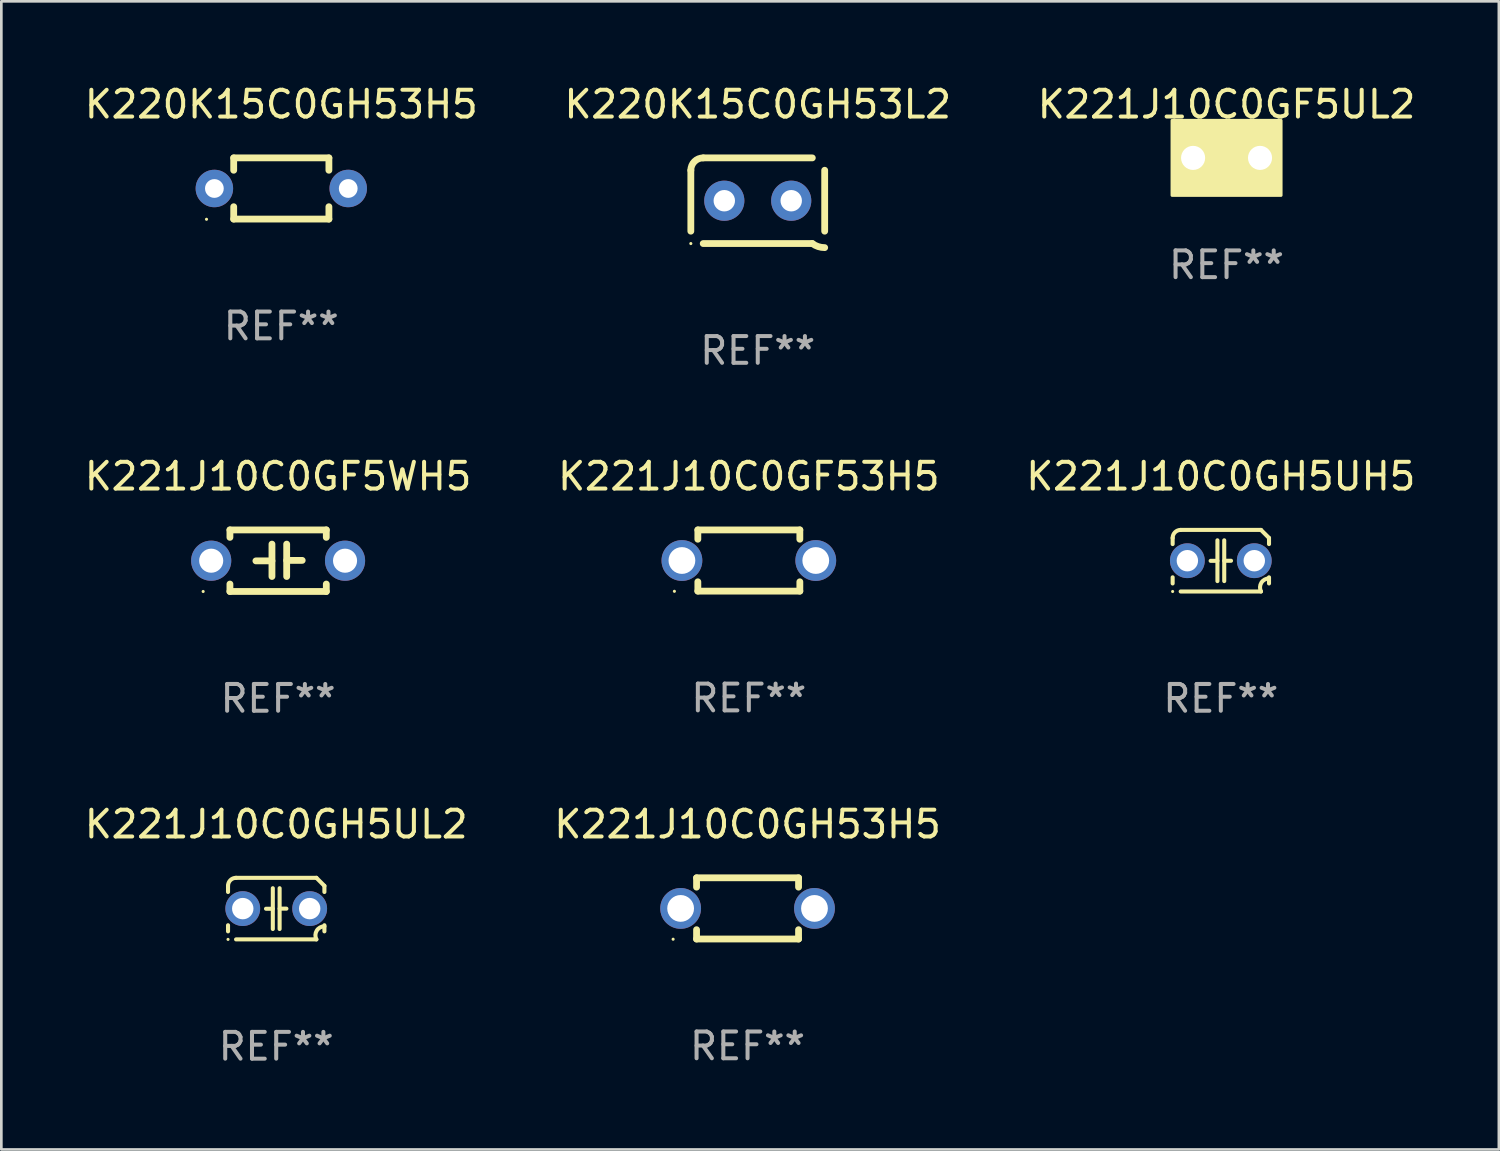
<source format=kicad_pcb>
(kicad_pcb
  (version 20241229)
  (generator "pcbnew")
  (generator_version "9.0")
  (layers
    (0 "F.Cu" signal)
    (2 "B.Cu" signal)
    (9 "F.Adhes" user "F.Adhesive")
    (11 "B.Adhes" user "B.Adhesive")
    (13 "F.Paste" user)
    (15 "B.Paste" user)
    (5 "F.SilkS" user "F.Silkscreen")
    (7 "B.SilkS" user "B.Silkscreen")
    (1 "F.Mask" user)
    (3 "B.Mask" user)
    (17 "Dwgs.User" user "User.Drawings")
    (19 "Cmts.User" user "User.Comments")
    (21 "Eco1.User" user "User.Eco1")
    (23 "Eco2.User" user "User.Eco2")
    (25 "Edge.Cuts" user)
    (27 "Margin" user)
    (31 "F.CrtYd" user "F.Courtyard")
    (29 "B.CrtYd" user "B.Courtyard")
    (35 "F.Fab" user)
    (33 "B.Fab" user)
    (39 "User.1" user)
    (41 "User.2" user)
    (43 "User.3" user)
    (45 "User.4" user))
  (footprint "K221J10C0GH53H5"
    (layer "F.Cu")
    (at 24.875 30.884)
    (property "Reference" "K221J10C0GH53H5" (at 0 -3.143 0) (layer "F.SilkS") (effects (font (size 1 1) (thickness 0.15))))
    (attr through_hole)
    (fp_line (start -1.905 -1.143) (end 1.905 -1.143) (stroke (width 0.254) (type solid)) (layer "F.SilkS"))
    (fp_line (start -1.905 -0.795) (end -1.905 -1.143) (stroke (width 0.254) (type solid)) (layer "F.SilkS"))
    (fp_line (start -1.905 1.143) (end -1.905 0.795) (stroke (width 0.254) (type solid)) (layer "F.SilkS"))
    (fp_line (start 1.905 -1.143) (end 1.905 -0.795) (stroke (width 0.254) (type solid)) (layer "F.SilkS"))
    (fp_line (start 1.905 0.795) (end 1.905 1.143) (stroke (width 0.254) (type solid)) (layer "F.SilkS"))
    (fp_line (start 1.905 1.143) (end -1.905 1.143) (stroke (width 0.254) (type solid)) (layer "F.SilkS"))
    (fp_circle (center -2.781 1.15) (end -2.751 1.15) (stroke (width 0.06) (type solid)) (fill no) (layer "F.SilkS"))
    (fp_text user "REF**" (at 0 5.143 0) (layer "F.Fab") (effects (font (size 1 1) (thickness 0.15))))
    (pad "1" thru_hole circle (at -2.5 0) (size 1.524 1.524) (drill 1) (layers "*.Cu" "*.Mask"))
    (pad "2" thru_hole circle (at 2.5 0) (size 1.524 1.524) (drill 1) (layers "*.Cu" "*.Mask")))
  (footprint "K221J10C0GF5WH5"
    (layer "F.Cu")
    (at 7.339 17.895)
    (property "Reference" "K221J10C0GF5WH5" (at 0 -3.15 0) (layer "F.SilkS") (effects (font (size 1 1) (thickness 0.15))))
    (attr through_hole)
    (fp_line (start -1.8 -1.15) (end -1.8 -0.872) (stroke (width 0.254) (type solid)) (layer "F.SilkS"))
    (fp_line (start -1.8 -1.15) (end 1.8 -1.15) (stroke (width 0.254) (type solid)) (layer "F.SilkS"))
    (fp_line (start -1.8 0.872) (end -1.8 1.15) (stroke (width 0.254) (type solid)) (layer "F.SilkS"))
    (fp_line (start -1.8 1.15) (end 1.8 1.15) (stroke (width 0.254) (type solid)) (layer "F.SilkS"))
    (fp_line (start -0.23 -0.62) (end -0.23 0.59) (stroke (width 0.254) (type solid)) (layer "F.SilkS"))
    (fp_line (start -0.23 0.007) (end -0.83 0.007) (stroke (width 0.254) (type solid)) (layer "F.SilkS"))
    (fp_line (start 0.32 -0.62) (end 0.32 0.59) (stroke (width 0.254) (type solid)) (layer "F.SilkS"))
    (fp_line (start 0.32 -0.012) (end 0.9 -0.012) (stroke (width 0.254) (type solid)) (layer "F.SilkS"))
    (fp_line (start 1.8 -1.15) (end 1.8 -0.872) (stroke (width 0.254) (type solid)) (layer "F.SilkS"))
    (fp_line (start 1.8 0.872) (end 1.8 1.15) (stroke (width 0.254) (type solid)) (layer "F.SilkS"))
    (fp_circle (center -2.8 1.15) (end -2.77 1.15) (stroke (width 0.06) (type solid)) (fill no) (layer "F.SilkS"))
    (fp_text user "REF**" (at 0 5.15 0) (layer "F.Fab") (effects (font (size 1 1) (thickness 0.15))))
    (pad "1" thru_hole circle (at -2.5 0) (size 1.5 1.5) (drill 0.9) (layers "*.Cu" "*.Mask"))
    (pad "2" thru_hole circle (at 2.5 0) (size 1.5 1.5) (drill 0.9) (layers "*.Cu" "*.Mask")))
  (footprint "K220K15C0GH53L2"
    (layer "F.Cu")
    (at 25.256 4.448)
    (property "Reference" "K220K15C0GH53L2" (at 0 -3.6 0) (layer "F.SilkS") (effects (font (size 1 1) (thickness 0.15))))
    (attr through_hole)
    (fp_line (start -2.5 1.138) (end -2.5 -1.138) (stroke (width 0.254) (type solid)) (layer "F.SilkS"))
    (fp_line (start -2.038 1.6) (end 2.038 1.6) (stroke (width 0.254) (type solid)) (layer "F.SilkS"))
    (fp_line (start 2.038 -1.6) (end -2.038 -1.6) (stroke (width 0.254) (type solid)) (layer "F.SilkS"))
    (fp_line (start 2.5 -1.138) (end 2.5 1.138) (stroke (width 0.254) (type solid)) (layer "F.SilkS"))
    (fp_arc (start -2.5 -1.137744) (mid -2.364601 -1.464626) (end -2.037719 -1.600025) (stroke (width 0.254001) (type solid)) (layer "F.SilkS"))
    (fp_arc (start -2.5 1.137719) (mid 2.500022 -1.137741) (end -2.5 1.137719) (stroke (width 0.254001) (type solid)) (layer "F.SilkS"))
    (fp_arc (start 2.5 1.751767) (mid 2.256726 1.712861) (end 2.037719 1.600025) (stroke (width 0.254001) (type solid)) (layer "F.SilkS"))
    (fp_circle (center -2.5 1.6) (end -2.47 1.6) (stroke (width 0.06) (type solid)) (fill no) (layer "F.SilkS"))
    (fp_text user "REF**" (at 0 5.6 0) (layer "F.Fab") (effects (font (size 1 1) (thickness 0.15))))
    (pad "1" thru_hole circle (at -1.25 -0.000076) (size 1.5 1.5) (drill 0.8) (layers "*.Cu" "*.Mask"))
    (pad "2" thru_hole circle (at 1.25 -0.000076) (size 1.5 1.5) (drill 0.8) (layers "*.Cu" "*.Mask")))
  (footprint "K220K15C0GH53H5"
    (layer "F.Cu")
    (at 7.458 3.991)
    (property "Reference" "K220K15C0GH53H5" (at 0 -3.143 0) (layer "F.SilkS") (effects (font (size 1 1) (thickness 0.15))))
    (attr through_hole)
    (fp_line (start -1.778 -1.143) (end 1.778 -1.143) (stroke (width 0.254) (type solid)) (layer "F.SilkS"))
    (fp_line (start -1.778 -0.681) (end -1.778 -1.143) (stroke (width 0.254) (type solid)) (layer "F.SilkS"))
    (fp_line (start -1.778 1.143) (end -1.778 0.681) (stroke (width 0.254) (type solid)) (layer "F.SilkS"))
    (fp_line (start 1.778 -1.143) (end 1.778 -0.681) (stroke (width 0.254) (type solid)) (layer "F.SilkS"))
    (fp_line (start 1.778 0.681) (end 1.778 1.143) (stroke (width 0.254) (type solid)) (layer "F.SilkS"))
    (fp_line (start 1.778 1.143) (end -1.778 1.143) (stroke (width 0.254) (type solid)) (layer "F.SilkS"))
    (fp_circle (center -2.794 1.15) (end -2.764 1.15) (stroke (width 0.06) (type solid)) (fill no) (layer "F.SilkS"))
    (fp_text user "REF**" (at 0 5.143 0) (layer "F.Fab") (effects (font (size 1 1) (thickness 0.15))))
    (pad "1" thru_hole circle (at -2.5 0) (size 1.4 1.4) (drill 0.7) (layers "*.Cu" "*.Mask"))
    (pad "2" thru_hole circle (at 2.5 0) (size 1.4 1.4) (drill 0.7) (layers "*.Cu" "*.Mask")))
  (footprint "K221J10C0GH5UH5"
    (layer "F.Cu")
    (at 42.554 17.895)
    (property "Reference" "K221J10C0GH5UH5" (at 0 -3.15 0) (layer "F.SilkS") (effects (font (size 1 1) (thickness 0.15))))
    (attr through_hole)
    (fp_line (start -1.8 -0.621) (end -1.8 -0.85) (stroke (width 0.152) (type solid)) (layer "F.SilkS"))
    (fp_line (start -1.8 0.85) (end -1.8 0.621) (stroke (width 0.152) (type solid)) (layer "F.SilkS"))
    (fp_line (start -1.5 -1.15) (end 1.5 -1.15) (stroke (width 0.152) (type solid)) (layer "F.SilkS"))
    (fp_line (start -0.127 -0.762) (end -0.127 0.762) (stroke (width 0.152) (type solid)) (layer "F.SilkS"))
    (fp_line (start -0.127 0.005) (end -0.381 0.005) (stroke (width 0.152) (type solid)) (layer "F.SilkS"))
    (fp_line (start 0.127 -0.762) (end 0.127 0.762) (stroke (width 0.152) (type solid)) (layer "F.SilkS"))
    (fp_line (start 0.127 0.002) (end 0.381 0.002) (stroke (width 0.152) (type solid)) (layer "F.SilkS"))
    (fp_line (start 1.5 1.15) (end -1.5 1.15) (stroke (width 0.152) (type solid)) (layer "F.SilkS"))
    (fp_line (start 1.8 -0.85) (end 1.8 -0.621) (stroke (width 0.152) (type solid)) (layer "F.SilkS"))
    (fp_line (start 1.8 0.621) (end 1.8 0.85) (stroke (width 0.152) (type solid)) (layer "F.SilkS"))
    (fp_arc (start -1.799975 -0.849987) (mid -1.712107 -1.062119) (end -1.499975 -1.149987) (stroke (width 0.151994) (type solid)) (layer "F.SilkS"))
    (fp_arc (start 1.499975 1.149987) (mid 1.513726 0.822359) (end 1.799975 0.662387) (stroke (width 0.151994) (type solid)) (layer "F.SilkS"))
    (fp_arc (start 1.500001 -1.149986) (mid 1.650015 -1.000001) (end 1.8 -0.849987) (stroke (width 0.151994) (type solid)) (layer "F.SilkS"))
    (fp_circle (center -1.8 1.15) (end -1.77 1.15) (stroke (width 0.06) (type solid)) (fill no) (layer "F.SilkS"))
    (fp_text user "REF**" (at 0 5.15 0) (layer "F.Fab") (effects (font (size 1 1) (thickness 0.15))))
    (pad "1" thru_hole circle (at -1.25 0) (size 1.3 1.3) (drill 0.8) (layers "*.Cu" "*.Mask"))
    (pad "2" thru_hole circle (at 1.25 0) (size 1.3 1.3) (drill 0.8) (layers "*.Cu" "*.Mask")))
  (footprint "K221J10C0GF5UL2"
    (layer "F.Cu")
    (at 42.768 2.848)
    (property "Reference" "K221J10C0GF5UL2" (at 0 -2 0) (layer "F.SilkS") (effects (font (size 1 1) (thickness 0.15))))
    (attr through_hole)
    (fp_circle (center -1.8 1.15) (end -1.77 1.15) (stroke (width 0.06) (type solid)) (fill no) (layer "F.SilkS"))
    (fp_poly (pts (xy -2.032 -1.397) (xy 2.032 -1.397) (xy 2.032 1.397) (xy -2.032 1.397)) (stroke (width 0.12) (type solid)) (fill yes) (layer "F.SilkS"))
    (fp_text user "REF**" (at 0 4 0) (layer "F.Fab") (effects (font (size 1 1) (thickness 0.15))))
    (pad "1" thru_hole circle (at -1.25 0) (size 1.5 1.5) (drill 0.9) (layers "*.Cu" "*.Mask"))
    (pad "2" thru_hole circle (at 1.25 0) (size 1.5 1.5) (drill 0.9) (layers "*.Cu" "*.Mask")))
  (footprint "K221J10C0GH5UL2"
    (layer "F.Cu")
    (at 7.268 30.891)
    (property "Reference" "K221J10C0GH5UL2" (at 0 -3.15 0) (layer "F.SilkS") (effects (font (size 1 1) (thickness 0.15))))
    (attr through_hole)
    (fp_line (start -1.8 -0.621) (end -1.8 -0.85) (stroke (width 0.152) (type solid)) (layer "F.SilkS"))
    (fp_line (start -1.8 0.85) (end -1.8 0.621) (stroke (width 0.152) (type solid)) (layer "F.SilkS"))
    (fp_line (start -1.5 -1.15) (end 1.5 -1.15) (stroke (width 0.152) (type solid)) (layer "F.SilkS"))
    (fp_line (start -0.127 -0.762) (end -0.127 0.762) (stroke (width 0.152) (type solid)) (layer "F.SilkS"))
    (fp_line (start -0.127 0.005) (end -0.381 0.005) (stroke (width 0.152) (type solid)) (layer "F.SilkS"))
    (fp_line (start 0.127 -0.762) (end 0.127 0.762) (stroke (width 0.152) (type solid)) (layer "F.SilkS"))
    (fp_line (start 0.127 0.002) (end 0.381 0.002) (stroke (width 0.152) (type solid)) (layer "F.SilkS"))
    (fp_line (start 1.5 1.15) (end -1.5 1.15) (stroke (width 0.152) (type solid)) (layer "F.SilkS"))
    (fp_line (start 1.8 -0.85) (end 1.8 -0.621) (stroke (width 0.152) (type solid)) (layer "F.SilkS"))
    (fp_line (start 1.8 0.621) (end 1.8 0.85) (stroke (width 0.152) (type solid)) (layer "F.SilkS"))
    (fp_arc (start -1.799975 -0.849987) (mid -1.712107 -1.062119) (end -1.499975 -1.149987) (stroke (width 0.151994) (type solid)) (layer "F.SilkS"))
    (fp_arc (start 1.499975 1.149987) (mid 1.513726 0.822359) (end 1.799975 0.662387) (stroke (width 0.151994) (type solid)) (layer "F.SilkS"))
    (fp_arc (start 1.500001 -1.149986) (mid 1.650015 -1.000001) (end 1.8 -0.849987) (stroke (width 0.151994) (type solid)) (layer "F.SilkS"))
    (fp_circle (center -1.8 1.15) (end -1.77 1.15) (stroke (width 0.06) (type solid)) (fill no) (layer "F.SilkS"))
    (fp_text user "REF**" (at 0 5.15 0) (layer "F.Fab") (effects (font (size 1 1) (thickness 0.15))))
    (pad "1" thru_hole circle (at -1.25 0) (size 1.3 1.3) (drill 0.8) (layers "*.Cu" "*.Mask"))
    (pad "2" thru_hole circle (at 1.25 0) (size 1.3 1.3) (drill 0.8) (layers "*.Cu" "*.Mask")))
  (footprint "K221J10C0GF53H5"
    (layer "F.Cu")
    (at 24.923 17.888)
    (property "Reference" "K221J10C0GF53H5" (at 0 -3.143 0) (layer "F.SilkS") (effects (font (size 1 1) (thickness 0.15))))
    (attr through_hole)
    (fp_line (start -1.905 -1.143) (end 1.905 -1.143) (stroke (width 0.254) (type solid)) (layer "F.SilkS"))
    (fp_line (start -1.905 -0.795) (end -1.905 -1.143) (stroke (width 0.254) (type solid)) (layer "F.SilkS"))
    (fp_line (start -1.905 1.143) (end -1.905 0.795) (stroke (width 0.254) (type solid)) (layer "F.SilkS"))
    (fp_line (start 1.905 -1.143) (end 1.905 -0.795) (stroke (width 0.254) (type solid)) (layer "F.SilkS"))
    (fp_line (start 1.905 0.795) (end 1.905 1.143) (stroke (width 0.254) (type solid)) (layer "F.SilkS"))
    (fp_line (start 1.905 1.143) (end -1.905 1.143) (stroke (width 0.254) (type solid)) (layer "F.SilkS"))
    (fp_circle (center -2.781 1.15) (end -2.751 1.15) (stroke (width 0.06) (type solid)) (fill no) (layer "F.SilkS"))
    (fp_text user "REF**" (at 0 5.143 0) (layer "F.Fab") (effects (font (size 1 1) (thickness 0.15))))
    (pad "1" thru_hole circle (at -2.5 0) (size 1.524 1.524) (drill 1) (layers "*.Cu" "*.Mask"))
    (pad "2" thru_hole circle (at 2.5 0) (size 1.524 1.524) (drill 1) (layers "*.Cu" "*.Mask")))
  (gr_rect
    (start -3 -3)
    (end 52.94 39.889)
    (stroke (width 0.1) (type default))
    (fill no)
    (layer "Edge.Cuts")))
</source>
